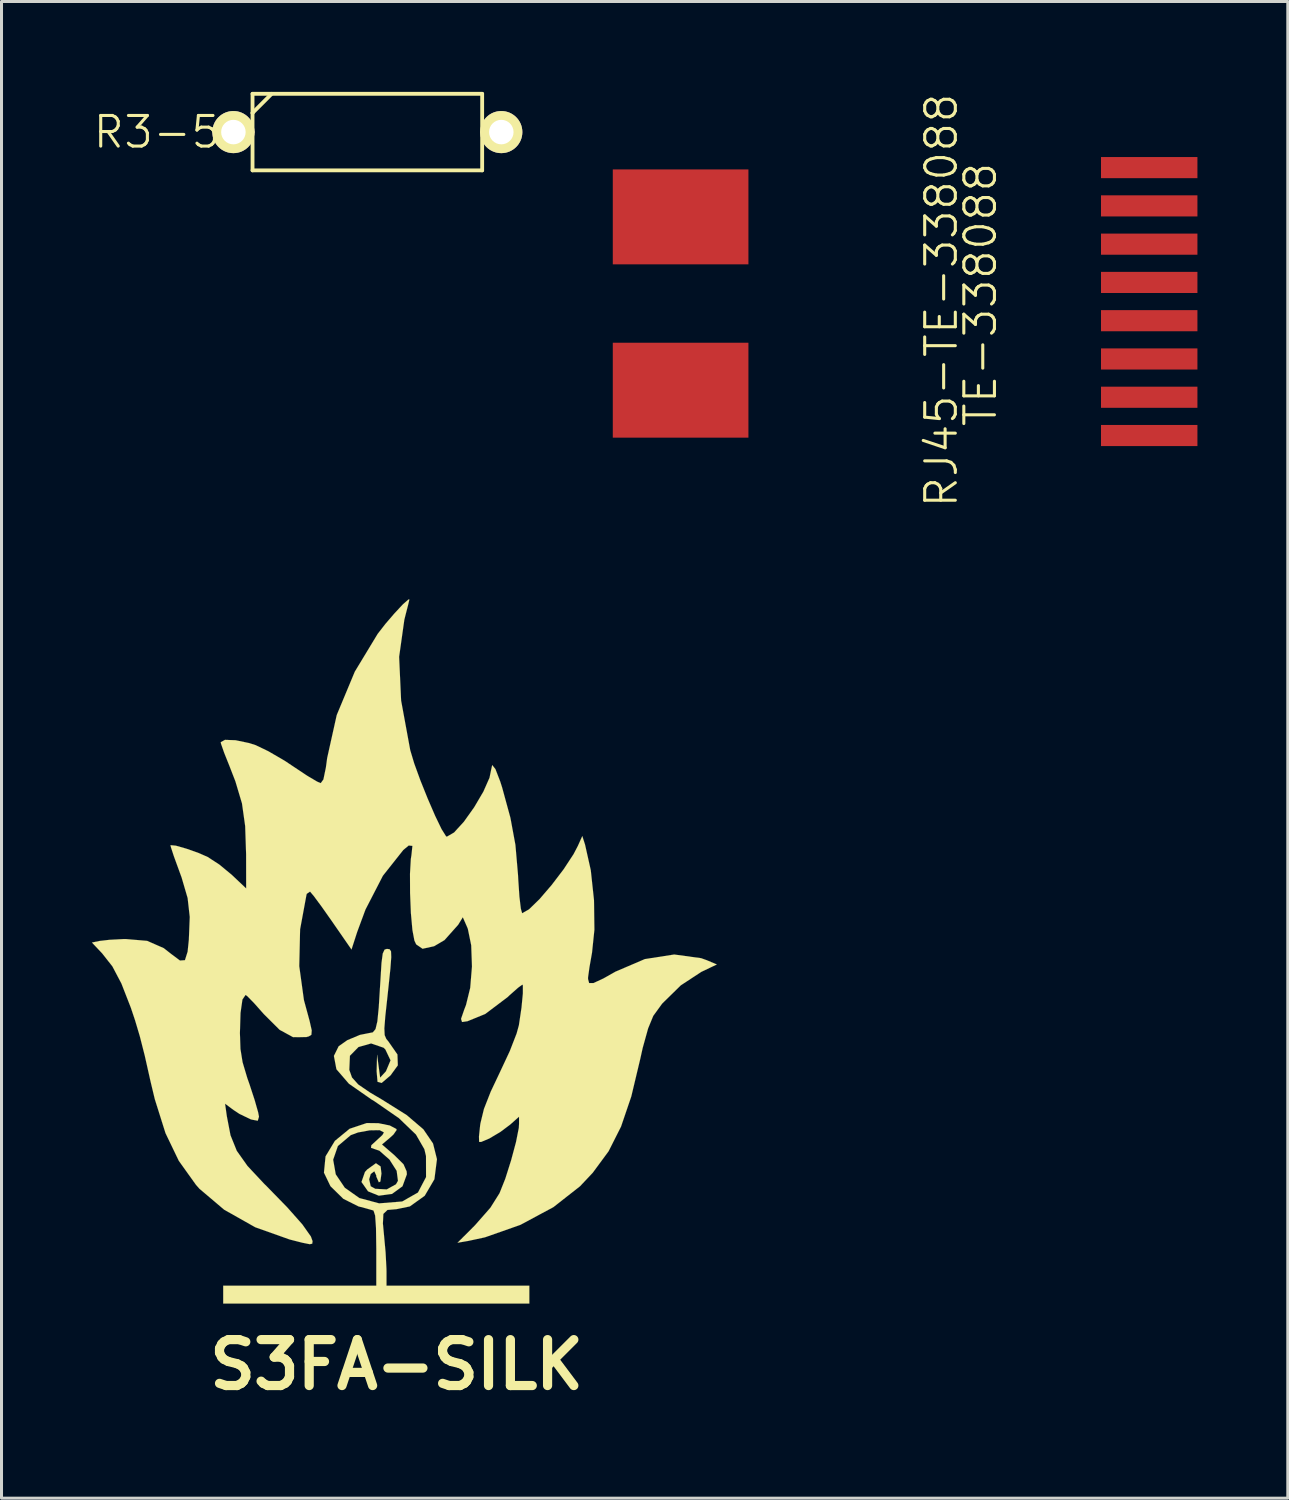
<source format=kicad_pcb>
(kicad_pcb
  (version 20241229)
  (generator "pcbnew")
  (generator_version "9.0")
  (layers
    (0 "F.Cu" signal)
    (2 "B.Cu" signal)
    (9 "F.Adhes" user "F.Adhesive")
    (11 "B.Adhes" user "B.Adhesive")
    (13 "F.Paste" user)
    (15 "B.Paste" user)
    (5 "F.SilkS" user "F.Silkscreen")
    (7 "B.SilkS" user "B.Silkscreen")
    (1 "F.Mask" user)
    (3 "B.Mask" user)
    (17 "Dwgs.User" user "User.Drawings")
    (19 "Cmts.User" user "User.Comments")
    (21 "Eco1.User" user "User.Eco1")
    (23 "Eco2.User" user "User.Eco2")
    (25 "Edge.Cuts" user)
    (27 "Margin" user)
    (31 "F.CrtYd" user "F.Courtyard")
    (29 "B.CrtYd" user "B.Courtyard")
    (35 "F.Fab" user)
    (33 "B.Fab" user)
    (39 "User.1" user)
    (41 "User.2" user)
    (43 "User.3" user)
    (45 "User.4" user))
  (footprint "RJ45-TE-338088"
    (layer "F.Cu")
    (at 26.385 6.921)
    (property "Reference" "RJ45-TE-338088" (at 1.801 0 90) (layer "F.SilkS") (effects (font (size 1.016 1.016) (thickness 0.102))))
    (attr through_hole)
    (fp_text user "TE-338088" (at 3.099 -0.198 90) (layer "F.SilkS") (effects (font (size 1.016 1.016) (thickness 0.102))))
    (pad "1" smd rect (at 8.7 -4.409) (size 3.2 0.701) (layers "F.Cu" "F.Mask" "F.Paste"))
    (pad "2" smd rect (at 8.7 -3.139) (size 3.2 0.701) (layers "F.Cu" "F.Mask" "F.Paste"))
    (pad "3" smd rect (at 8.7 -1.869) (size 3.2 0.701) (layers "F.Cu" "F.Mask" "F.Paste"))
    (pad "4" smd rect (at 8.7 -0.599) (size 3.2 0.701) (layers "F.Cu" "F.Mask" "F.Paste"))
    (pad "5" smd rect (at 8.7 0.671) (size 3.2 0.701) (layers "F.Cu" "F.Mask" "F.Paste"))
    (pad "6" smd rect (at 8.7 1.941) (size 3.2 0.701) (layers "F.Cu" "F.Mask" "F.Paste"))
    (pad "7" smd rect (at 8.7 3.211) (size 3.2 0.701) (layers "F.Cu" "F.Mask" "F.Paste"))
    (pad "8" smd rect (at 8.7 4.481) (size 3.2 0.701) (layers "F.Cu" "F.Mask" "F.Paste"))
    (pad "9" smd rect (at -6.85 -2.774) (size 4.501 3.15) (layers "F.Cu" "F.Mask" "F.Paste"))
    (pad "9" smd rect (at -6.85 2.977) (size 4.501 3.15) (layers "F.Cu" "F.Mask" "F.Paste")))
  (footprint "S3FA-SILK"
    (layer "F.Cu")
    (at 10.113 28.776)
    (property "Reference" "S3FA-SILK" (at 0 13.462 0) (layer "F.SilkS") (effects (font (size 1.524 1.524) (thickness 0.305))))
    (attr through_hole)
    (fp_poly (pts (xy 4.402 11.43) (xy 4.402 10.836) (xy -0.338 10.836) (xy -0.338 10.351) (xy -0.34 10.267) (xy -0.368 9.733) (xy -0.422 9.147) (xy -0.457 8.776) (xy -0.442 8.456) (xy -0.305 8.324) (xy -0.005 8.298) (xy 0.437 8.207) (xy 0.93 7.854) (xy 1.252 7.305) (xy 1.336 6.645) (xy 1.336 6.637) (xy 1.206 6.119) (xy 0.886 5.649) (xy 0.333 5.177) (xy -0.498 4.656) (xy -0.879 4.432) (xy -1.275 4.161) (xy -1.483 3.929) (xy -1.572 3.678) (xy -1.572 3.673) (xy -1.552 3.208) (xy -1.267 2.918) (xy -0.848 2.799) (xy -0.434 2.941) (xy -0.376 2.997) (xy -0.203 3.36) (xy -0.356 3.724) (xy -0.549 3.934) (xy -0.65 3.175) (xy -0.663 3.66) (xy -0.665 3.721) (xy -0.635 4.072) (xy -0.498 4.11) (xy -0.203 3.858) (xy 0.038 3.526) (xy 0.025 3.165) (xy -0.277 2.731) (xy -0.345 2.649) (xy -0.399 2.522) (xy -0.409 2.299) (xy -0.378 1.902) (xy -0.307 1.25) (xy -0.274 0.942) (xy -0.208 0.312) (xy -0.18 -0.066) (xy -0.188 -0.259) (xy -0.236 -0.328) (xy -0.325 -0.338) (xy -0.401 -0.315) (xy -0.462 -0.185) (xy -0.503 0.124) (xy -0.538 0.699) (xy -0.549 0.871) (xy -0.594 1.6) (xy -0.64 2.065) (xy -0.701 2.322) (xy -0.79 2.431) (xy -0.919 2.456) (xy -1.217 2.515) (xy -1.636 2.69) (xy -1.925 2.893) (xy -2.083 3.213) (xy -1.999 3.655) (xy -1.585 4.135) (xy -0.838 4.656) (xy -0.744 4.712) (xy 0.074 5.278) (xy 0.64 5.822) (xy 0.919 6.307) (xy 0.973 6.533) (xy 0.975 7.234) (xy 0.706 7.747) (xy 0.183 8.044) (xy -0.569 8.105) (xy -0.592 8.103) (xy -1.237 7.93) (xy -1.722 7.587) (xy -2.022 7.142) (xy -2.108 6.657) (xy -1.951 6.203) (xy -1.524 5.842) (xy -1.283 5.753) (xy -0.894 5.682) (xy -0.564 5.677) (xy -0.422 5.751) (xy -0.472 5.837) (xy -0.696 6.045) (xy -0.841 6.177) (xy -0.851 6.264) (xy -0.574 6.358) (xy -0.239 6.652) (xy 0 7.026) (xy 0.043 7.358) (xy -0.023 7.473) (xy -0.33 7.643) (xy -0.709 7.623) (xy -0.861 7.539) (xy -0.914 7.308) (xy -0.861 7.132) (xy -0.742 7.041) (xy -0.676 7.183) (xy -0.676 7.216) (xy -0.592 7.407) (xy -0.541 7.381) (xy -0.505 7.115) (xy -0.533 6.881) (xy -0.688 6.774) (xy -0.975 6.98) (xy -1.052 7.064) (xy -1.168 7.396) (xy -0.95 7.706) (xy -0.592 7.851) (xy -0.155 7.793) (xy 0.193 7.539) (xy 0.338 7.142) (xy 0.33 7.043) (xy 0.226 6.807) (xy -0.074 6.51) (xy -0.488 6.152) (xy -0.244 5.946) (xy -0.109 5.824) (xy 0 5.669) (xy -0.013 5.636) (xy -0.229 5.522) (xy -0.605 5.446) (xy -0.993 5.441) (xy -1.562 5.631) (xy -2.05 6.032) (xy -2.36 6.546) (xy -2.413 7.087) (xy -2.197 7.536) (xy -1.77 7.955) (xy -1.267 8.207) (xy -1.013 8.273) (xy -0.782 8.339) (xy -0.767 8.349) (xy -0.714 8.512) (xy -0.686 8.915) (xy -0.676 9.606) (xy -0.676 10.836) (xy -5.756 10.836) (xy -5.756 11.43) (xy 4.402 11.43)) (stroke (width 0.003) (type solid)) (fill yes) (layer "F.SilkS"))
    (fp_poly (pts (xy -2.885 9.461) (xy -2.802 9.444) (xy -2.791 9.36) (xy -2.847 9.205) (xy -3.129 8.806) (xy -3.63 8.24) (xy -4.318 7.534) (xy -4.394 7.46) (xy -4.95 6.866) (xy -5.306 6.363) (xy -5.514 5.847) (xy -5.636 5.215) (xy -5.695 4.798) (xy -5.408 5.011) (xy -5.215 5.138) (xy -4.846 5.316) (xy -4.813 5.326) (xy -4.61 5.364) (xy -4.569 5.23) (xy -4.597 5.085) (xy -4.712 4.681) (xy -4.884 4.155) (xy -4.958 3.945) (xy -5.113 3.424) (xy -5.184 2.985) (xy -5.202 2.454) (xy -5.182 1.788) (xy -5.118 1.341) (xy -5.014 1.189) (xy -4.958 1.229) (xy -4.732 1.46) (xy -4.407 1.826) (xy -3.884 2.347) (xy -3.437 2.591) (xy -3.002 2.588) (xy -2.916 2.565) (xy -2.83 2.512) (xy -2.819 2.365) (xy -2.891 2.047) (xy -3.045 1.481) (xy -3.078 1.359) (xy -3.233 0.234) (xy -3.205 -0.986) (xy -2.992 -2.139) (xy -2.982 -2.167) (xy -2.875 -2.24) (xy -2.748 -2.09) (xy -2.487 -1.737) (xy -2.149 -1.257) (xy -1.499 -0.318) (xy -1.311 -0.899) (xy -1.036 -1.643) (xy -0.457 -2.766) (xy 0.218 -3.619) (xy 0.399 -3.769) (xy 0.523 -3.757) (xy 0.49 -3.449) (xy 0.47 -3.32) (xy 0.442 -2.83) (xy 0.445 -2.192) (xy 0.472 -1.529) (xy 0.523 -0.963) (xy 0.589 -0.612) (xy 0.648 -0.488) (xy 0.859 -0.343) (xy 1.242 -0.427) (xy 1.587 -0.63) (xy 2.04 -1.138) (xy 2.195 -1.389) (xy 2.342 -1.054) (xy 2.362 -1.003) (xy 2.474 -0.457) (xy 2.499 0.244) (xy 2.441 0.953) (xy 2.301 1.524) (xy 2.243 1.674) (xy 2.136 1.984) (xy 2.169 2.088) (xy 2.349 2.062) (xy 2.939 1.821) (xy 3.683 1.26) (xy 3.741 1.204) (xy 4.028 0.95) (xy 4.173 0.846) (xy 4.188 0.874) (xy 4.188 1.138) (xy 4.143 1.608) (xy 4.056 2.195) (xy 3.98 2.471) (xy 3.754 3.053) (xy 3.424 3.759) (xy 3.122 4.397) (xy 2.896 4.973) (xy 2.781 5.446) (xy 2.771 5.509) (xy 2.731 5.888) (xy 2.736 6.066) (xy 2.802 6.068) (xy 3.073 5.954) (xy 3.434 5.74) (xy 3.764 5.494) (xy 4.061 5.23) (xy 4.061 5.471) (xy 4.054 5.598) (xy 3.96 6.073) (xy 3.797 6.68) (xy 3.604 7.29) (xy 3.414 7.767) (xy 3.111 8.25) (xy 2.603 8.829) (xy 2.019 9.413) (xy 2.377 9.352) (xy 2.929 9.233) (xy 4.105 8.819) (xy 5.199 8.232) (xy 6.083 7.539) (xy 6.507 7.089) (xy 7.033 6.375) (xy 7.445 5.558) (xy 7.785 4.559) (xy 8.085 3.302) (xy 8.164 2.946) (xy 8.344 2.299) (xy 8.514 1.885) (xy 8.809 1.478) (xy 9.428 0.871) (xy 10.109 0.424) (xy 10.625 0.178) (xy 10.287 0.036) (xy 10.102 -0.03) (xy 9.21 -0.152) (xy 8.235 0) (xy 7.257 0.419) (xy 6.861 0.643) (xy 6.533 0.795) (xy 6.386 0.795) (xy 6.35 0.66) (xy 6.35 0.61) (xy 6.398 0.264) (xy 6.482 -0.211) (xy 6.561 -0.973) (xy 6.548 -1.953) (xy 6.441 -2.949) (xy 6.251 -3.797) (xy 6.16 -4.082) (xy 6.012 -3.754) (xy 5.87 -3.482) (xy 5.542 -2.982) (xy 5.144 -2.459) (xy 4.74 -1.989) (xy 4.392 -1.651) (xy 4.163 -1.521) (xy 4.12 -1.674) (xy 4.072 -2.078) (xy 4.034 -2.644) (xy 4.026 -2.797) (xy 3.94 -3.79) (xy 3.774 -4.689) (xy 3.5 -5.692) (xy 3.437 -5.89) (xy 3.277 -6.304) (xy 3.17 -6.439) (xy 3.132 -6.266) (xy 3.081 -6.017) (xy 2.878 -5.558) (xy 2.573 -5.039) (xy 2.23 -4.557) (xy 1.905 -4.201) (xy 1.664 -4.061) (xy 1.636 -4.079) (xy 1.488 -4.315) (xy 1.275 -4.757) (xy 1.031 -5.321) (xy 0.787 -5.928) (xy 0.582 -6.492) (xy 0.45 -6.932) (xy 0.147 -8.58) (xy 0.081 -10.03) (xy 0.254 -11.26) (xy 0.284 -11.382) (xy 0.381 -11.76) (xy 0.422 -11.933) (xy 0.391 -11.933) (xy 0.208 -11.773) (xy -0.069 -11.476) (xy -0.373 -11.123) (xy -0.63 -10.792) (xy -1.389 -9.538) (xy -1.989 -8.098) (xy -2.306 -6.673) (xy -2.349 -6.355) (xy -2.431 -5.961) (xy -2.52 -5.839) (xy -2.637 -5.888) (xy -2.967 -6.083) (xy -3.414 -6.38) (xy -3.716 -6.581) (xy -4.257 -6.896) (xy -4.679 -7.099) (xy -4.895 -7.168) (xy -5.344 -7.262) (xy -5.697 -7.275) (xy -5.839 -7.196) (xy -5.827 -7.14) (xy -5.723 -6.843) (xy -5.545 -6.398) (xy -5.352 -5.9) (xy -5.133 -5.166) (xy -5.027 -4.412) (xy -4.996 -3.48) (xy -4.994 -2.344) (xy -5.446 -2.771) (xy -5.466 -2.791) (xy -5.885 -3.137) (xy -6.271 -3.388) (xy -6.566 -3.518) (xy -6.975 -3.663) (xy -7.33 -3.764) (xy -7.506 -3.78) (xy -7.493 -3.719) (xy -7.396 -3.421) (xy -7.229 -2.962) (xy -7.137 -2.71) (xy -6.937 -2.027) (xy -6.866 -1.397) (xy -6.896 -0.643) (xy -6.937 -0.246) (xy -7.026 0.036) (xy -7.191 0.048) (xy -7.48 -0.168) (xy -7.729 -0.363) (xy -8.28 -0.605) (xy -8.992 -0.665) (xy -9.047 -0.665) (xy -9.528 -0.64) (xy -9.86 -0.602) (xy -10.112 -0.549) (xy -9.774 -0.191) (xy -9.434 0.241) (xy -9.134 0.81) (xy -8.821 1.613) (xy -8.682 2.027) (xy -8.522 2.565) (xy -8.359 3.205) (xy -8.166 4.064) (xy -8.026 4.648) (xy -7.671 5.776) (xy -7.229 6.695) (xy -6.66 7.49) (xy -6.546 7.62) (xy -5.725 8.316) (xy -4.694 8.898) (xy -3.553 9.304) (xy -3.134 9.411) (xy -2.885 9.461)) (stroke (width 0.003) (type solid)) (fill yes) (layer "F.SilkS")))
  (footprint "R3-5"
    (layer "F.Cu")
    (at 9.14 1.333)
    (property "Reference" "R3-5" (at -6.985 0 0) (layer "F.SilkS") (effects (font (size 1.016 1.016) (thickness 0.102))))
    (attr through_hole)
    (fp_line (start -4.445 0) (end -3.81 0) (stroke (width 0.127) (type solid)) (layer "F.SilkS"))
    (fp_line (start -3.81 -1.27) (end -3.81 -0.635) (stroke (width 0.127) (type solid)) (layer "F.SilkS"))
    (fp_line (start -3.81 -0.635) (end -3.81 1.27) (stroke (width 0.127) (type solid)) (layer "F.SilkS"))
    (fp_line (start -3.81 -0.635) (end -3.175 -1.27) (stroke (width 0.127) (type solid)) (layer "F.SilkS"))
    (fp_line (start -3.81 1.27) (end 3.81 1.27) (stroke (width 0.127) (type solid)) (layer "F.SilkS"))
    (fp_line (start 3.81 -1.27) (end -3.81 -1.27) (stroke (width 0.127) (type solid)) (layer "F.SilkS"))
    (fp_line (start 3.81 0) (end 4.445 0) (stroke (width 0.127) (type solid)) (layer "F.SilkS"))
    (fp_line (start 3.81 1.27) (end 3.81 -1.27) (stroke (width 0.127) (type solid)) (layer "F.SilkS"))
    (pad "1" thru_hole circle (at -4.445 0) (size 1.397 1.397) (drill 0.813) (layers "*.Cu" "*.Mask" "F.SilkS"))
    (pad "2" thru_hole circle (at 4.445 0) (size 1.397 1.397) (drill 0.813) (layers "*.Cu" "*.Mask" "F.SilkS")))
  (gr_rect
    (start -3 -3)
    (end 39.684 46.664)
    (stroke (width 0.1) (type default))
    (fill no)
    (layer "Edge.Cuts")))
</source>
